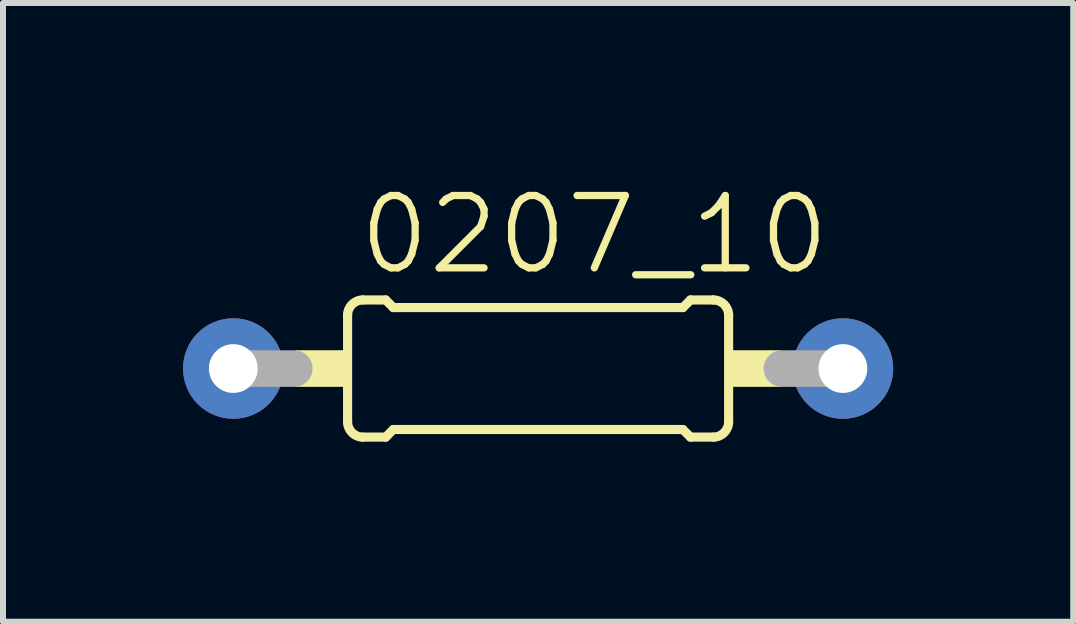
<source format=kicad_pcb>
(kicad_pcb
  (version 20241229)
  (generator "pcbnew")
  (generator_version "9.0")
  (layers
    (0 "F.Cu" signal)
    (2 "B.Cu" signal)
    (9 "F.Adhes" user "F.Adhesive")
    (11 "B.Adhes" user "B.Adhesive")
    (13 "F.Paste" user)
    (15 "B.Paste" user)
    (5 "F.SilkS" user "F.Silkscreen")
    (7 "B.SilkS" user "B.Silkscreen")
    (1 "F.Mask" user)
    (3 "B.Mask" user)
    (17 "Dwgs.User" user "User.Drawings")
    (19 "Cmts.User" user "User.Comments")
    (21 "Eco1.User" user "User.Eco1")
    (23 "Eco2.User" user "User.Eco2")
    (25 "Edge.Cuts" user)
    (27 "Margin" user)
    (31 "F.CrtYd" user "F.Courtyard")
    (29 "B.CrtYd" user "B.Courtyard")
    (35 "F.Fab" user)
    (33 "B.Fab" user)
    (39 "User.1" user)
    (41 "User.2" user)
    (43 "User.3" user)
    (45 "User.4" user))
  (footprint "0207_10"
    (layer "F.Cu")
    (at 5.918 3.092)
    (property "Reference" "0207_10" (at -3.048 -1.524 0) (layer "F.SilkS") (effects (font (size 1.206 1.206) (thickness 0.121)) (justify left bottom)))
    (attr through_hole)
    (fp_line (start -3.175 0.889) (end -3.175 -0.889) (stroke (width 0.152) (type solid)) (layer "F.SilkS"))
    (fp_line (start -2.921 -1.143) (end -2.54 -1.143) (stroke (width 0.152) (type solid)) (layer "F.SilkS"))
    (fp_line (start -2.921 1.143) (end -2.54 1.143) (stroke (width 0.152) (type solid)) (layer "F.SilkS"))
    (fp_line (start -2.413 -1.016) (end -2.54 -1.143) (stroke (width 0.152) (type solid)) (layer "F.SilkS"))
    (fp_line (start -2.413 1.016) (end -2.54 1.143) (stroke (width 0.152) (type solid)) (layer "F.SilkS"))
    (fp_line (start 2.413 -1.016) (end -2.413 -1.016) (stroke (width 0.152) (type solid)) (layer "F.SilkS"))
    (fp_line (start 2.413 -1.016) (end 2.54 -1.143) (stroke (width 0.152) (type solid)) (layer "F.SilkS"))
    (fp_line (start 2.413 1.016) (end -2.413 1.016) (stroke (width 0.152) (type solid)) (layer "F.SilkS"))
    (fp_line (start 2.413 1.016) (end 2.54 1.143) (stroke (width 0.152) (type solid)) (layer "F.SilkS"))
    (fp_line (start 2.921 -1.143) (end 2.54 -1.143) (stroke (width 0.152) (type solid)) (layer "F.SilkS"))
    (fp_line (start 2.921 1.143) (end 2.54 1.143) (stroke (width 0.152) (type solid)) (layer "F.SilkS"))
    (fp_line (start 3.175 0.889) (end 3.175 -0.889) (stroke (width 0.152) (type solid)) (layer "F.SilkS"))
    (fp_arc (start -3.175 -0.889) (mid -3.100605 -1.068605) (end -2.921 -1.143) (stroke (width 0.1524) (type solid)) (layer "F.SilkS"))
    (fp_arc (start -2.921 1.143) (mid -3.100605 1.068605) (end -3.175 0.889) (stroke (width 0.1524) (type solid)) (layer "F.SilkS"))
    (fp_arc (start 2.921 -1.143) (mid 3.100605 -1.068605) (end 3.175 -0.889) (stroke (width 0.1524) (type solid)) (layer "F.SilkS"))
    (fp_arc (start 3.175 0.889) (mid 3.100605 1.068605) (end 2.921 1.143) (stroke (width 0.1524) (type solid)) (layer "F.SilkS"))
    (fp_poly (pts (xy -4.039 0.305) (xy -3.175 0.305) (xy -3.175 -0.305) (xy -4.039 -0.305)) (stroke (width 0) (type solid)) (fill yes) (layer "F.SilkS"))
    (fp_poly (pts (xy 3.175 0.305) (xy 4.039 0.305) (xy 4.039 -0.305) (xy 3.175 -0.305)) (stroke (width 0) (type solid)) (fill yes) (layer "F.SilkS"))
    (fp_line (start -5.08 0) (end -4.064 0) (stroke (width 0.61) (type solid)) (layer "F.Fab"))
    (fp_line (start 5.08 0) (end 4.064 0) (stroke (width 0.61) (type solid)) (layer "F.Fab"))
    (pad "1" thru_hole circle (at -5.08 0) (size 1.676 1.676) (drill 0.813) (layers "*.Cu" "*.Mask"))
    (pad "2" thru_hole circle (at 5.08 0) (size 1.676 1.676) (drill 0.813) (layers "*.Cu" "*.Mask")))
  (gr_rect
    (start -3 -3)
    (end 14.836 7.312)
    (stroke (width 0.1) (type default))
    (fill no)
    (layer "Edge.Cuts")))
</source>
